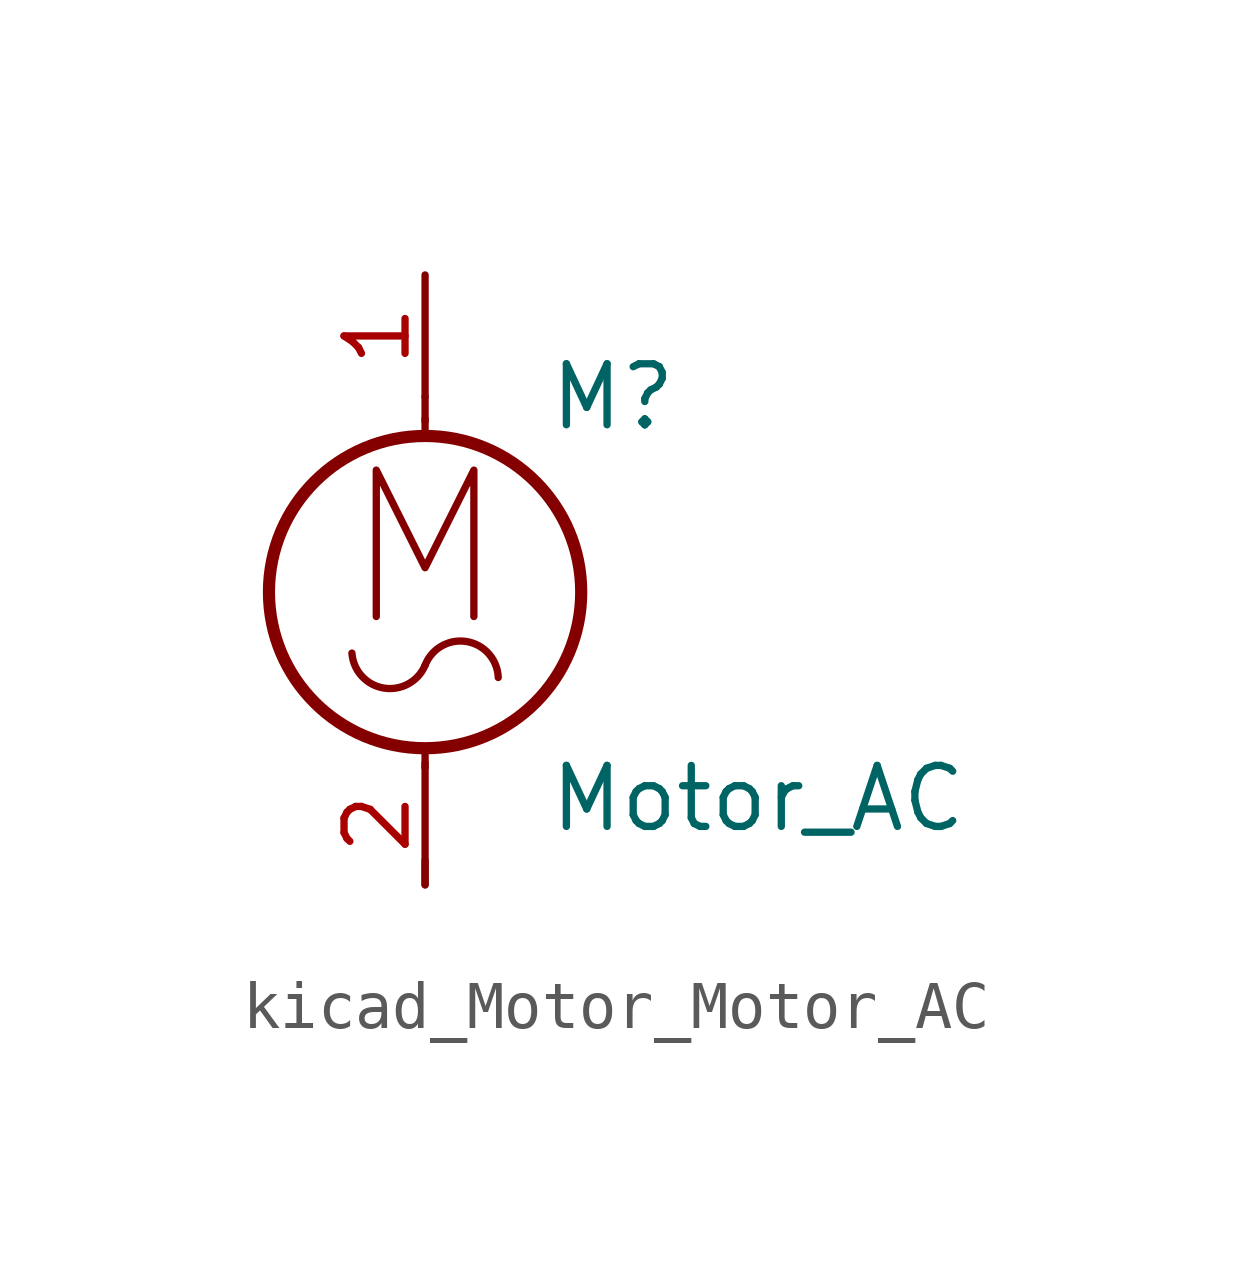
<source format=kicad_sym>
(kicad_symbol_lib
  (version 20220914)
  (generator kicad_symbol_editor)
  (symbol "kicad_Motor_Motor_AC"
    (pin_names
      (offset 0))
    (property "Reference" "M"
      (at 2.54 2.54 0)
      (effects (font (size 1.27 1.27)) (justify left)))
    (property "Value" "Motor_AC"
      (at 2.54 -5.08 0)
      (effects (font (size 1.27 1.27)) (justify left top)))
    (symbol "kicad_Motor_Motor_AC_0_0"
      (arc (start -1.524 -2.794) (mid -0.8654 -3.5217) (end 0 -3.048) (stroke (width 0) (type default)) (fill (type none)))
      (polyline (pts (xy -1.016 -2.032) (xy -1.016 1.016) (xy 0 -1.016) (xy 1.016 1.016) (xy 1.016 -2.032)) (stroke (width 0) (type default)) (fill (type none)))
      (arc (start 1.524 -3.302) (mid 0.85 -2.5503) (end 0 -3.048) (stroke (width 0) (type default)) (fill (type none))))
    (symbol "kicad_Motor_Motor_AC_0_1"
      (circle (center 0 -1.524) (radius 3.251) (stroke (width 0.254) (type default)) (fill (type none)))
      (polyline (pts (xy 0 -7.62) (xy 0 -7.112)) (stroke (width 0) (type default)) (fill (type none)))
      (polyline (pts (xy 0 -4.775) (xy 0 -5.182)) (stroke (width 0) (type default)) (fill (type none)))
      (polyline (pts (xy 0 1.727) (xy 0 2.083)) (stroke (width 0) (type default)) (fill (type none)))
      (polyline (pts (xy 0 2.032) (xy 0 2.54)) (stroke (width 0) (type default)) (fill (type none))))
    (symbol "kicad_Motor_Motor_AC_1_1"
      (pin passive line (at 0 5.08 270) (length 2.54) (name "~" (effects (font (size 1.27 1.27)))) (number "1" (effects (font (size 1.27 1.27)))))
      (pin passive line (at 0 -7.62 90) (length 2.54) (name "~" (effects (font (size 1.27 1.27)))) (number "2" (effects (font (size 1.27 1.27))))))))
</source>
